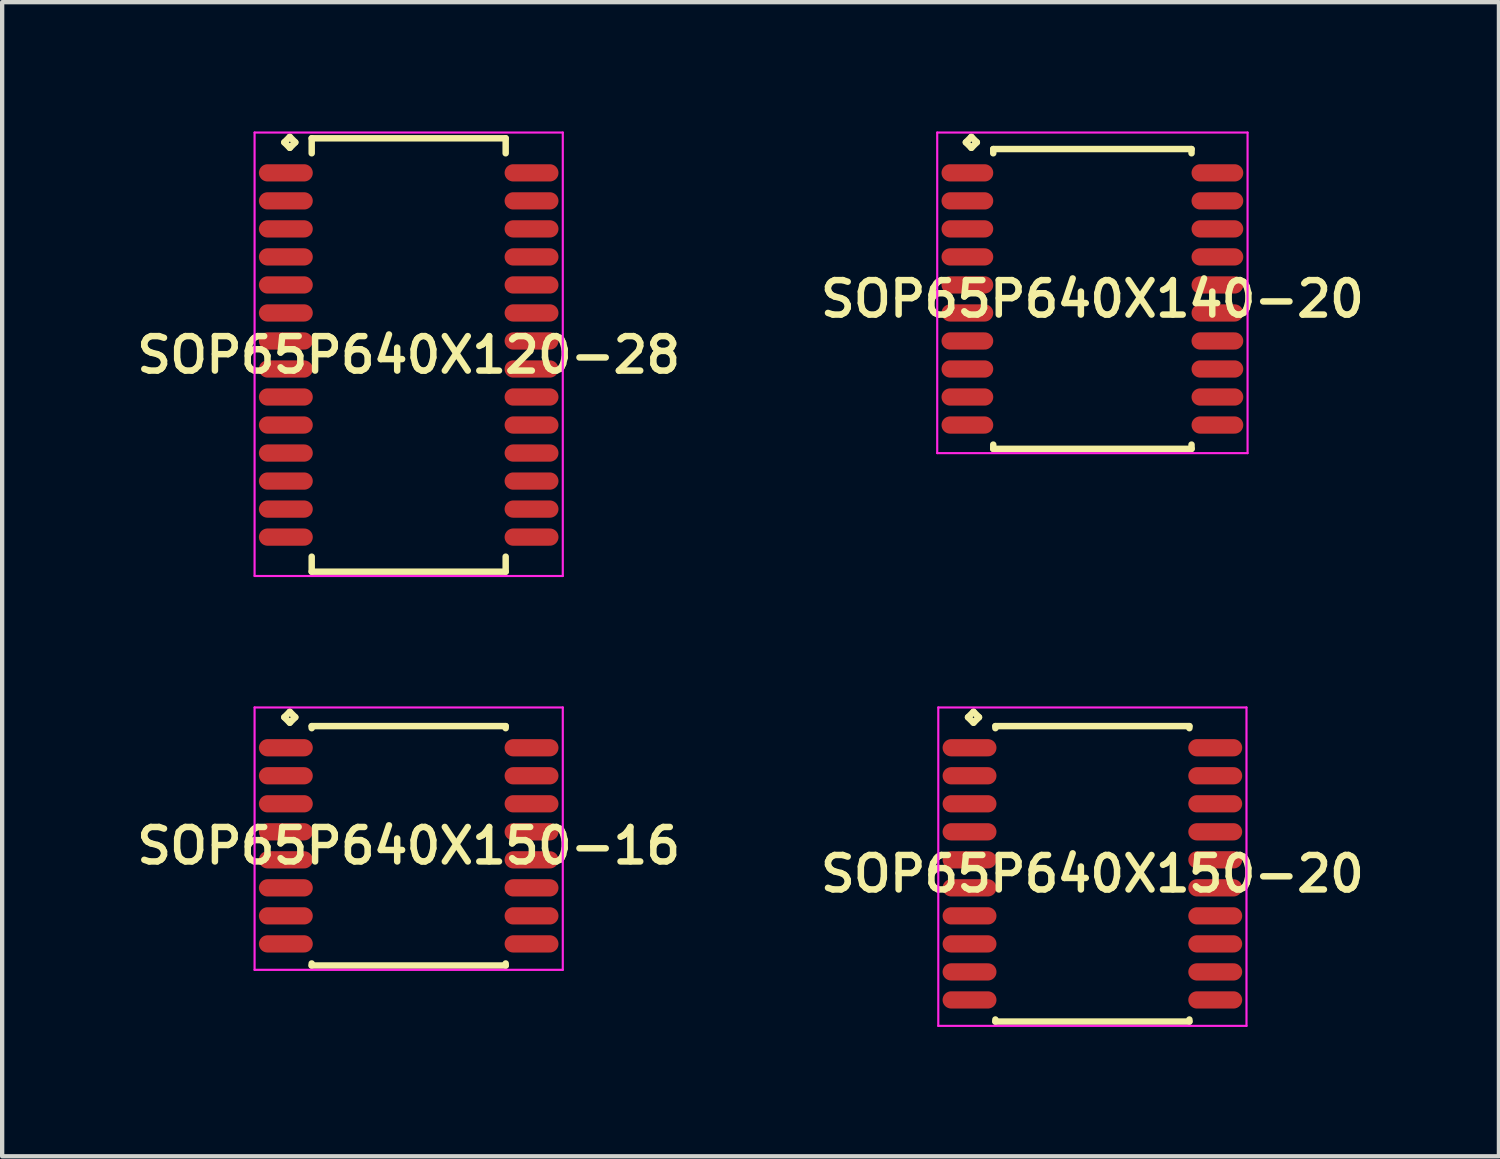
<source format=kicad_pcb>
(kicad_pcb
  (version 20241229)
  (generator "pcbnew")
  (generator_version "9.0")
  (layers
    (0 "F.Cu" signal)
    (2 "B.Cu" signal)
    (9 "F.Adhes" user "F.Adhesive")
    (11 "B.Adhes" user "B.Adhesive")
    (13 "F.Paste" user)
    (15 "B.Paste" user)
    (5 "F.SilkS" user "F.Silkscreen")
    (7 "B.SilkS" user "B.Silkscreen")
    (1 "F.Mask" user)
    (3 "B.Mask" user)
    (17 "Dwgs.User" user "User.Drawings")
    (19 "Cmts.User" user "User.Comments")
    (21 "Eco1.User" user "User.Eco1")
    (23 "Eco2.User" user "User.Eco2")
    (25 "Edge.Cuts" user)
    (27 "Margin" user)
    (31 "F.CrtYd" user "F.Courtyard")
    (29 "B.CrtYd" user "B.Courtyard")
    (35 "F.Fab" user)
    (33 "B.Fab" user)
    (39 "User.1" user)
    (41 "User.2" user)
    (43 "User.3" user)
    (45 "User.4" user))
  (footprint "SOP65P640X150-16"
    (layer "F.Cu")
    (at 6.431 16.572)
    (property "Reference" "SOP65P640X150-16" (at 0 0 0) (layer "F.SilkS") (effects (font (size 0.8 0.8) (thickness 0.15))))
    (attr smd)
    (fp_line (start -2.885 -2.983) (end -2.758 -3.11) (stroke (width 0.15) (type solid)) (layer "F.SilkS"))
    (fp_line (start -2.758 -3.11) (end -2.631 -2.983) (stroke (width 0.15) (type solid)) (layer "F.SilkS"))
    (fp_line (start -2.758 -2.856) (end -2.885 -2.983) (stroke (width 0.15) (type solid)) (layer "F.SilkS"))
    (fp_line (start -2.631 -2.983) (end -2.758 -2.856) (stroke (width 0.15) (type solid)) (layer "F.SilkS"))
    (fp_line (start -2.25 -2.777) (end 2.25 -2.777) (stroke (width 0.15) (type solid)) (layer "F.SilkS"))
    (fp_line (start -2.25 -2.729) (end -2.25 -2.777) (stroke (width 0.15) (type solid)) (layer "F.SilkS"))
    (fp_line (start -2.25 2.729) (end -2.25 2.777) (stroke (width 0.15) (type solid)) (layer "F.SilkS"))
    (fp_line (start -2.25 2.777) (end 2.25 2.777) (stroke (width 0.15) (type solid)) (layer "F.SilkS"))
    (fp_line (start 2.25 -2.777) (end 2.25 -2.729) (stroke (width 0.15) (type solid)) (layer "F.SilkS"))
    (fp_line (start 2.25 2.777) (end 2.25 2.729) (stroke (width 0.15) (type solid)) (layer "F.SilkS"))
    (fp_line (start -3.575 -3.21) (end 3.575 -3.21) (stroke (width 0.05) (type solid)) (layer "F.CrtYd"))
    (fp_line (start -3.575 2.877) (end -3.575 -3.21) (stroke (width 0.05) (type solid)) (layer "F.CrtYd"))
    (fp_line (start 3.575 -3.21) (end 3.575 2.877) (stroke (width 0.05) (type solid)) (layer "F.CrtYd"))
    (fp_line (start 3.575 2.877) (end -3.575 2.877) (stroke (width 0.05) (type solid)) (layer "F.CrtYd"))
    (pad "1" smd oval (at -2.85 -2.275) (size 1.25 0.4) (layers "F.Cu" "F.Mask" "F.Paste"))
    (pad "2" smd oval (at -2.85 -1.625) (size 1.25 0.4) (layers "F.Cu" "F.Mask" "F.Paste"))
    (pad "3" smd oval (at -2.85 -0.975) (size 1.25 0.4) (layers "F.Cu" "F.Mask" "F.Paste"))
    (pad "4" smd oval (at -2.85 -0.325) (size 1.25 0.4) (layers "F.Cu" "F.Mask" "F.Paste"))
    (pad "5" smd oval (at -2.85 0.325) (size 1.25 0.4) (layers "F.Cu" "F.Mask" "F.Paste"))
    (pad "6" smd oval (at -2.85 0.975) (size 1.25 0.4) (layers "F.Cu" "F.Mask" "F.Paste"))
    (pad "7" smd oval (at -2.85 1.625) (size 1.25 0.4) (layers "F.Cu" "F.Mask" "F.Paste"))
    (pad "8" smd oval (at -2.85 2.275) (size 1.25 0.4) (layers "F.Cu" "F.Mask" "F.Paste"))
    (pad "9" smd oval (at 2.85 2.275) (size 1.25 0.4) (layers "F.Cu" "F.Mask" "F.Paste"))
    (pad "10" smd oval (at 2.85 1.625) (size 1.25 0.4) (layers "F.Cu" "F.Mask" "F.Paste"))
    (pad "11" smd oval (at 2.85 0.975) (size 1.25 0.4) (layers "F.Cu" "F.Mask" "F.Paste"))
    (pad "12" smd oval (at 2.85 0.325) (size 1.25 0.4) (layers "F.Cu" "F.Mask" "F.Paste"))
    (pad "13" smd oval (at 2.85 -0.325) (size 1.25 0.4) (layers "F.Cu" "F.Mask" "F.Paste"))
    (pad "14" smd oval (at 2.85 -0.975) (size 1.25 0.4) (layers "F.Cu" "F.Mask" "F.Paste"))
    (pad "15" smd oval (at 2.85 -1.625) (size 1.25 0.4) (layers "F.Cu" "F.Mask" "F.Paste"))
    (pad "16" smd oval (at 2.85 -2.275) (size 1.25 0.4) (layers "F.Cu" "F.Mask" "F.Paste")))
  (footprint "SOP65P640X140-20"
    (layer "F.Cu")
    (at 22.292 3.885)
    (property "Reference" "SOP65P640X140-20" (at 0 0 0) (layer "F.SilkS") (effects (font (size 0.8 0.8) (thickness 0.15))))
    (attr smd)
    (fp_line (start -2.935 -3.633) (end -2.808 -3.76) (stroke (width 0.15) (type solid)) (layer "F.SilkS"))
    (fp_line (start -2.808 -3.76) (end -2.681 -3.633) (stroke (width 0.15) (type solid)) (layer "F.SilkS"))
    (fp_line (start -2.808 -3.506) (end -2.935 -3.633) (stroke (width 0.15) (type solid)) (layer "F.SilkS"))
    (fp_line (start -2.681 -3.633) (end -2.808 -3.506) (stroke (width 0.15) (type solid)) (layer "F.SilkS"))
    (fp_line (start -2.3 -3.477) (end 2.3 -3.477) (stroke (width 0.15) (type solid)) (layer "F.SilkS"))
    (fp_line (start -2.3 -3.379) (end -2.3 -3.477) (stroke (width 0.15) (type solid)) (layer "F.SilkS"))
    (fp_line (start -2.3 3.379) (end -2.3 3.477) (stroke (width 0.15) (type solid)) (layer "F.SilkS"))
    (fp_line (start -2.3 3.477) (end 2.3 3.477) (stroke (width 0.15) (type solid)) (layer "F.SilkS"))
    (fp_line (start 2.3 -3.477) (end 2.3 -3.379) (stroke (width 0.15) (type solid)) (layer "F.SilkS"))
    (fp_line (start 2.3 3.477) (end 2.3 3.379) (stroke (width 0.15) (type solid)) (layer "F.SilkS"))
    (fp_line (start -3.6 -3.86) (end 3.6 -3.86) (stroke (width 0.05) (type solid)) (layer "F.CrtYd"))
    (fp_line (start -3.6 3.577) (end -3.6 -3.86) (stroke (width 0.05) (type solid)) (layer "F.CrtYd"))
    (fp_line (start 3.6 -3.86) (end 3.6 3.577) (stroke (width 0.05) (type solid)) (layer "F.CrtYd"))
    (fp_line (start 3.6 3.577) (end -3.6 3.577) (stroke (width 0.05) (type solid)) (layer "F.CrtYd"))
    (pad "1" smd oval (at -2.9 -2.925) (size 1.2 0.4) (layers "F.Cu" "F.Mask" "F.Paste"))
    (pad "2" smd oval (at -2.9 -2.275) (size 1.2 0.4) (layers "F.Cu" "F.Mask" "F.Paste"))
    (pad "3" smd oval (at -2.9 -1.625) (size 1.2 0.4) (layers "F.Cu" "F.Mask" "F.Paste"))
    (pad "4" smd oval (at -2.9 -0.975) (size 1.2 0.4) (layers "F.Cu" "F.Mask" "F.Paste"))
    (pad "5" smd oval (at -2.9 -0.325) (size 1.2 0.4) (layers "F.Cu" "F.Mask" "F.Paste"))
    (pad "6" smd oval (at -2.9 0.325) (size 1.2 0.4) (layers "F.Cu" "F.Mask" "F.Paste"))
    (pad "7" smd oval (at -2.9 0.975) (size 1.2 0.4) (layers "F.Cu" "F.Mask" "F.Paste"))
    (pad "8" smd oval (at -2.9 1.625) (size 1.2 0.4) (layers "F.Cu" "F.Mask" "F.Paste"))
    (pad "9" smd oval (at -2.9 2.275) (size 1.2 0.4) (layers "F.Cu" "F.Mask" "F.Paste"))
    (pad "10" smd oval (at -2.9 2.925) (size 1.2 0.4) (layers "F.Cu" "F.Mask" "F.Paste"))
    (pad "11" smd oval (at 2.9 2.925) (size 1.2 0.4) (layers "F.Cu" "F.Mask" "F.Paste"))
    (pad "12" smd oval (at 2.9 2.275) (size 1.2 0.4) (layers "F.Cu" "F.Mask" "F.Paste"))
    (pad "13" smd oval (at 2.9 1.625) (size 1.2 0.4) (layers "F.Cu" "F.Mask" "F.Paste"))
    (pad "14" smd oval (at 2.9 0.975) (size 1.2 0.4) (layers "F.Cu" "F.Mask" "F.Paste"))
    (pad "15" smd oval (at 2.9 0.325) (size 1.2 0.4) (layers "F.Cu" "F.Mask" "F.Paste"))
    (pad "16" smd oval (at 2.9 -0.325) (size 1.2 0.4) (layers "F.Cu" "F.Mask" "F.Paste"))
    (pad "17" smd oval (at 2.9 -0.975) (size 1.2 0.4) (layers "F.Cu" "F.Mask" "F.Paste"))
    (pad "18" smd oval (at 2.9 -1.625) (size 1.2 0.4) (layers "F.Cu" "F.Mask" "F.Paste"))
    (pad "19" smd oval (at 2.9 -2.275) (size 1.2 0.4) (layers "F.Cu" "F.Mask" "F.Paste"))
    (pad "20" smd oval (at 2.9 -2.925) (size 1.2 0.4) (layers "F.Cu" "F.Mask" "F.Paste")))
  (footprint "SOP65P640X120-28"
    (layer "F.Cu")
    (at 6.431 5.185)
    (property "Reference" "SOP65P640X120-28" (at 0 0 0) (layer "F.SilkS") (effects (font (size 0.8 0.8) (thickness 0.15))))
    (attr smd)
    (fp_line (start -2.885 -4.933) (end -2.758 -5.06) (stroke (width 0.15) (type solid)) (layer "F.SilkS"))
    (fp_line (start -2.758 -5.06) (end -2.631 -4.933) (stroke (width 0.15) (type solid)) (layer "F.SilkS"))
    (fp_line (start -2.758 -4.806) (end -2.885 -4.933) (stroke (width 0.15) (type solid)) (layer "F.SilkS"))
    (fp_line (start -2.631 -4.933) (end -2.758 -4.806) (stroke (width 0.15) (type solid)) (layer "F.SilkS"))
    (fp_line (start -2.25 -5.027) (end 2.25 -5.027) (stroke (width 0.15) (type solid)) (layer "F.SilkS"))
    (fp_line (start -2.25 -4.679) (end -2.25 -5.027) (stroke (width 0.15) (type solid)) (layer "F.SilkS"))
    (fp_line (start -2.25 4.679) (end -2.25 5.027) (stroke (width 0.15) (type solid)) (layer "F.SilkS"))
    (fp_line (start -2.25 5.027) (end 2.25 5.027) (stroke (width 0.15) (type solid)) (layer "F.SilkS"))
    (fp_line (start 2.25 -5.027) (end 2.25 -4.679) (stroke (width 0.15) (type solid)) (layer "F.SilkS"))
    (fp_line (start 2.25 5.027) (end 2.25 4.679) (stroke (width 0.15) (type solid)) (layer "F.SilkS"))
    (fp_line (start -3.575 -5.16) (end 3.575 -5.16) (stroke (width 0.05) (type solid)) (layer "F.CrtYd"))
    (fp_line (start -3.575 5.127) (end -3.575 -5.16) (stroke (width 0.05) (type solid)) (layer "F.CrtYd"))
    (fp_line (start 3.575 -5.16) (end 3.575 5.127) (stroke (width 0.05) (type solid)) (layer "F.CrtYd"))
    (fp_line (start 3.575 5.127) (end -3.575 5.127) (stroke (width 0.05) (type solid)) (layer "F.CrtYd"))
    (pad "1" smd oval (at -2.85 -4.225) (size 1.25 0.4) (layers "F.Cu" "F.Mask" "F.Paste"))
    (pad "2" smd oval (at -2.85 -3.575) (size 1.25 0.4) (layers "F.Cu" "F.Mask" "F.Paste"))
    (pad "3" smd oval (at -2.85 -2.925) (size 1.25 0.4) (layers "F.Cu" "F.Mask" "F.Paste"))
    (pad "4" smd oval (at -2.85 -2.275) (size 1.25 0.4) (layers "F.Cu" "F.Mask" "F.Paste"))
    (pad "5" smd oval (at -2.85 -1.625) (size 1.25 0.4) (layers "F.Cu" "F.Mask" "F.Paste"))
    (pad "6" smd oval (at -2.85 -0.975) (size 1.25 0.4) (layers "F.Cu" "F.Mask" "F.Paste"))
    (pad "7" smd oval (at -2.85 -0.325) (size 1.25 0.4) (layers "F.Cu" "F.Mask" "F.Paste"))
    (pad "8" smd oval (at -2.85 0.325) (size 1.25 0.4) (layers "F.Cu" "F.Mask" "F.Paste"))
    (pad "9" smd oval (at -2.85 0.975) (size 1.25 0.4) (layers "F.Cu" "F.Mask" "F.Paste"))
    (pad "10" smd oval (at -2.85 1.625) (size 1.25 0.4) (layers "F.Cu" "F.Mask" "F.Paste"))
    (pad "11" smd oval (at -2.85 2.275) (size 1.25 0.4) (layers "F.Cu" "F.Mask" "F.Paste"))
    (pad "12" smd oval (at -2.85 2.925) (size 1.25 0.4) (layers "F.Cu" "F.Mask" "F.Paste"))
    (pad "13" smd oval (at -2.85 3.575) (size 1.25 0.4) (layers "F.Cu" "F.Mask" "F.Paste"))
    (pad "14" smd oval (at -2.85 4.225) (size 1.25 0.4) (layers "F.Cu" "F.Mask" "F.Paste"))
    (pad "15" smd oval (at 2.85 4.225) (size 1.25 0.4) (layers "F.Cu" "F.Mask" "F.Paste"))
    (pad "16" smd oval (at 2.85 3.575) (size 1.25 0.4) (layers "F.Cu" "F.Mask" "F.Paste"))
    (pad "17" smd oval (at 2.85 2.925) (size 1.25 0.4) (layers "F.Cu" "F.Mask" "F.Paste"))
    (pad "18" smd oval (at 2.85 2.275) (size 1.25 0.4) (layers "F.Cu" "F.Mask" "F.Paste"))
    (pad "19" smd oval (at 2.85 1.625) (size 1.25 0.4) (layers "F.Cu" "F.Mask" "F.Paste"))
    (pad "20" smd oval (at 2.85 0.975) (size 1.25 0.4) (layers "F.Cu" "F.Mask" "F.Paste"))
    (pad "21" smd oval (at 2.85 0.325) (size 1.25 0.4) (layers "F.Cu" "F.Mask" "F.Paste"))
    (pad "22" smd oval (at 2.85 -0.325) (size 1.25 0.4) (layers "F.Cu" "F.Mask" "F.Paste"))
    (pad "23" smd oval (at 2.85 -0.975) (size 1.25 0.4) (layers "F.Cu" "F.Mask" "F.Paste"))
    (pad "24" smd oval (at 2.85 -1.625) (size 1.25 0.4) (layers "F.Cu" "F.Mask" "F.Paste"))
    (pad "25" smd oval (at 2.85 -2.275) (size 1.25 0.4) (layers "F.Cu" "F.Mask" "F.Paste"))
    (pad "26" smd oval (at 2.85 -2.925) (size 1.25 0.4) (layers "F.Cu" "F.Mask" "F.Paste"))
    (pad "27" smd oval (at 2.85 -3.575) (size 1.25 0.4) (layers "F.Cu" "F.Mask" "F.Paste"))
    (pad "28" smd oval (at 2.85 -4.225) (size 1.25 0.4) (layers "F.Cu" "F.Mask" "F.Paste")))
  (footprint "SOP65P640X150-20"
    (layer "F.Cu")
    (at 22.292 17.222)
    (property "Reference" "SOP65P640X150-20" (at 0 0 0) (layer "F.SilkS") (effects (font (size 0.8 0.8) (thickness 0.15))))
    (attr smd)
    (fp_line (start -2.885 -3.633) (end -2.758 -3.76) (stroke (width 0.15) (type solid)) (layer "F.SilkS"))
    (fp_line (start -2.758 -3.76) (end -2.631 -3.633) (stroke (width 0.15) (type solid)) (layer "F.SilkS"))
    (fp_line (start -2.758 -3.506) (end -2.885 -3.633) (stroke (width 0.15) (type solid)) (layer "F.SilkS"))
    (fp_line (start -2.631 -3.633) (end -2.758 -3.506) (stroke (width 0.15) (type solid)) (layer "F.SilkS"))
    (fp_line (start -2.25 -3.427) (end 2.25 -3.427) (stroke (width 0.15) (type solid)) (layer "F.SilkS"))
    (fp_line (start -2.25 -3.379) (end -2.25 -3.427) (stroke (width 0.15) (type solid)) (layer "F.SilkS"))
    (fp_line (start -2.25 3.379) (end -2.25 3.427) (stroke (width 0.15) (type solid)) (layer "F.SilkS"))
    (fp_line (start -2.25 3.427) (end 2.25 3.427) (stroke (width 0.15) (type solid)) (layer "F.SilkS"))
    (fp_line (start 2.25 -3.427) (end 2.25 -3.379) (stroke (width 0.15) (type solid)) (layer "F.SilkS"))
    (fp_line (start 2.25 3.427) (end 2.25 3.379) (stroke (width 0.15) (type solid)) (layer "F.SilkS"))
    (fp_line (start -3.575 -3.86) (end 3.575 -3.86) (stroke (width 0.05) (type solid)) (layer "F.CrtYd"))
    (fp_line (start -3.575 3.527) (end -3.575 -3.86) (stroke (width 0.05) (type solid)) (layer "F.CrtYd"))
    (fp_line (start 3.575 -3.86) (end 3.575 3.527) (stroke (width 0.05) (type solid)) (layer "F.CrtYd"))
    (fp_line (start 3.575 3.527) (end -3.575 3.527) (stroke (width 0.05) (type solid)) (layer "F.CrtYd"))
    (pad "1" smd oval (at -2.85 -2.925) (size 1.25 0.4) (layers "F.Cu" "F.Mask" "F.Paste"))
    (pad "2" smd oval (at -2.85 -2.275) (size 1.25 0.4) (layers "F.Cu" "F.Mask" "F.Paste"))
    (pad "3" smd oval (at -2.85 -1.625) (size 1.25 0.4) (layers "F.Cu" "F.Mask" "F.Paste"))
    (pad "4" smd oval (at -2.85 -0.975) (size 1.25 0.4) (layers "F.Cu" "F.Mask" "F.Paste"))
    (pad "5" smd oval (at -2.85 -0.325) (size 1.25 0.4) (layers "F.Cu" "F.Mask" "F.Paste"))
    (pad "6" smd oval (at -2.85 0.325) (size 1.25 0.4) (layers "F.Cu" "F.Mask" "F.Paste"))
    (pad "7" smd oval (at -2.85 0.975) (size 1.25 0.4) (layers "F.Cu" "F.Mask" "F.Paste"))
    (pad "8" smd oval (at -2.85 1.625) (size 1.25 0.4) (layers "F.Cu" "F.Mask" "F.Paste"))
    (pad "9" smd oval (at -2.85 2.275) (size 1.25 0.4) (layers "F.Cu" "F.Mask" "F.Paste"))
    (pad "10" smd oval (at -2.85 2.925) (size 1.25 0.4) (layers "F.Cu" "F.Mask" "F.Paste"))
    (pad "11" smd oval (at 2.85 2.925) (size 1.25 0.4) (layers "F.Cu" "F.Mask" "F.Paste"))
    (pad "12" smd oval (at 2.85 2.275) (size 1.25 0.4) (layers "F.Cu" "F.Mask" "F.Paste"))
    (pad "13" smd oval (at 2.85 1.625) (size 1.25 0.4) (layers "F.Cu" "F.Mask" "F.Paste"))
    (pad "14" smd oval (at 2.85 0.975) (size 1.25 0.4) (layers "F.Cu" "F.Mask" "F.Paste"))
    (pad "15" smd oval (at 2.85 0.325) (size 1.25 0.4) (layers "F.Cu" "F.Mask" "F.Paste"))
    (pad "16" smd oval (at 2.85 -0.325) (size 1.25 0.4) (layers "F.Cu" "F.Mask" "F.Paste"))
    (pad "17" smd oval (at 2.85 -0.975) (size 1.25 0.4) (layers "F.Cu" "F.Mask" "F.Paste"))
    (pad "18" smd oval (at 2.85 -1.625) (size 1.25 0.4) (layers "F.Cu" "F.Mask" "F.Paste"))
    (pad "19" smd oval (at 2.85 -2.275) (size 1.25 0.4) (layers "F.Cu" "F.Mask" "F.Paste"))
    (pad "20" smd oval (at 2.85 -2.925) (size 1.25 0.4) (layers "F.Cu" "F.Mask" "F.Paste")))
  (gr_rect
    (start -3 -3)
    (end 31.723 23.774)
    (stroke (width 0.1) (type default))
    (fill no)
    (layer "Edge.Cuts")))
</source>
